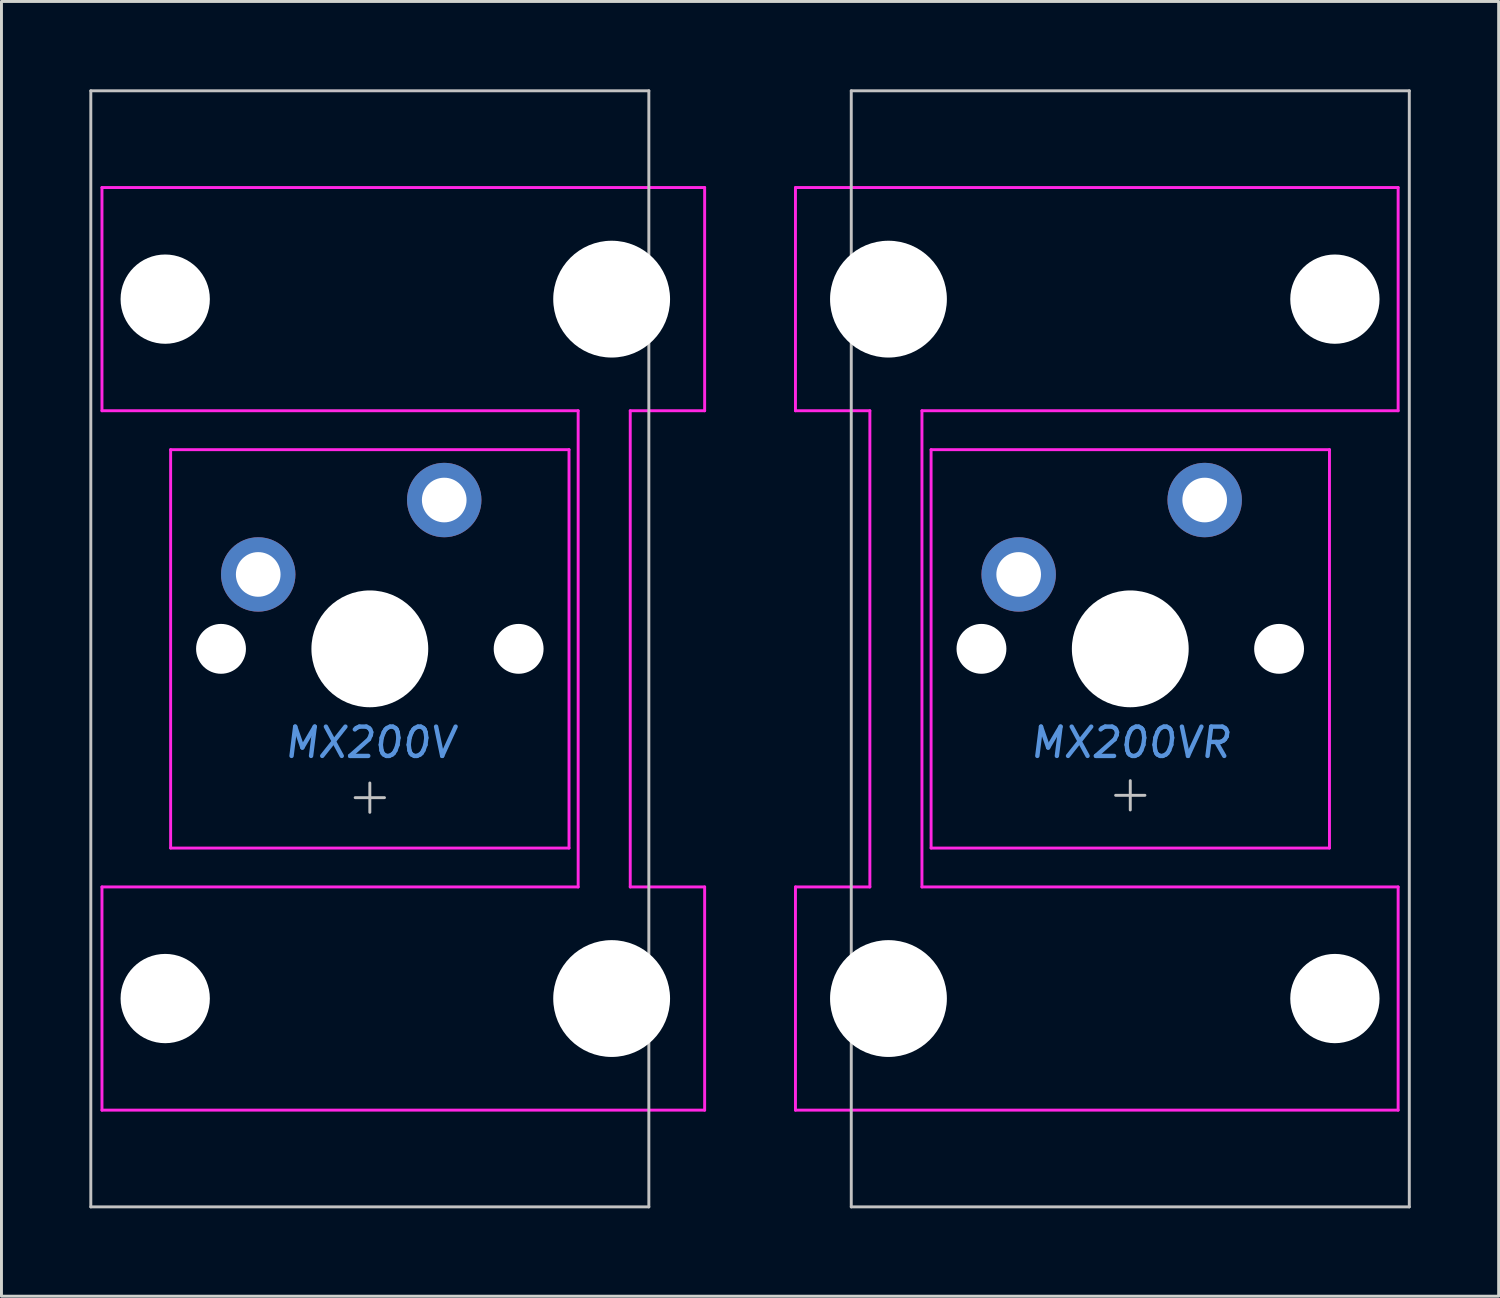
<source format=kicad_pcb>
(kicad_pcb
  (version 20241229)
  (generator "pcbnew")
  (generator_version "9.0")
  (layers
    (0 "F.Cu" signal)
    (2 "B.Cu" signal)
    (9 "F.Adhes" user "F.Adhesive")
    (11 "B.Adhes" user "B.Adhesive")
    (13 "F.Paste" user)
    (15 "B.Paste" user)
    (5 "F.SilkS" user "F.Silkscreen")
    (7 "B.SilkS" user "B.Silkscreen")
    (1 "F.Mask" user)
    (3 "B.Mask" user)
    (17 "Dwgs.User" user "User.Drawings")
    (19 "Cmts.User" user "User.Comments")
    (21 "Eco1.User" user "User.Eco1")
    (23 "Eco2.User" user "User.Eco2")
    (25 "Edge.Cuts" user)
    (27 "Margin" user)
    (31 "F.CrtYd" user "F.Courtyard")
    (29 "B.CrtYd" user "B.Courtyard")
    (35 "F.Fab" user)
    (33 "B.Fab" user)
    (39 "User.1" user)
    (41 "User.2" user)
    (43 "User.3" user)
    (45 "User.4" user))
  (footprint "MX200V"
    (layer "F.Cu")
    (at 9.575 19.1)
    (property "Reference" "MX200V" (at 0 3.2 0) (layer "Cmts.User") (effects (font (size 1 1) (thickness 0.15) (italic yes))))
    (attr through_hole)
    (fp_line (start -9.525 -19.05) (end -9.525 19.05) (stroke (width 0.1) (type solid)) (layer "Dwgs.User"))
    (fp_line (start -9.525 -19.05) (end 9.525 -19.05) (stroke (width 0.1) (type solid)) (layer "Dwgs.User"))
    (fp_line (start -9.525 19.05) (end 9.525 19.05) (stroke (width 0.1) (type solid)) (layer "Dwgs.User"))
    (fp_line (start 0 5.58) (end 0 4.58) (stroke (width 0.1) (type solid)) (layer "Dwgs.User"))
    (fp_line (start 0.5 5.08) (end -0.5 5.08) (stroke (width 0.1) (type solid)) (layer "Dwgs.User"))
    (fp_line (start 9.525 -19.05) (end 9.525 19.05) (stroke (width 0.1) (type solid)) (layer "Dwgs.User"))
    (fp_line (start -7 6.5) (end -7 -6.5) (stroke (width 0.1) (type solid)) (layer "Eco1.User"))
    (fp_line (start -6.5 -7) (end 6.5 -7) (stroke (width 0.1) (type solid)) (layer "Eco1.User"))
    (fp_line (start -5.985 -14.938) (end -5.985 -8.938) (stroke (width 0.1) (type solid)) (layer "Eco1.User"))
    (fp_line (start -5.985 8.938) (end -5.985 14.938) (stroke (width 0.1) (type solid)) (layer "Eco1.User"))
    (fp_line (start -5.485 -15.438) (end 8.515 -15.438) (stroke (width 0.1) (type solid)) (layer "Eco1.User"))
    (fp_line (start -5.485 8.438) (end 8.515 8.438) (stroke (width 0.1) (type solid)) (layer "Eco1.User"))
    (fp_line (start 6.5 7) (end -6.5 7) (stroke (width 0.1) (type solid)) (layer "Eco1.User"))
    (fp_line (start 7 -6.5) (end 7 6.5) (stroke (width 0.1) (type solid)) (layer "Eco1.User"))
    (fp_line (start 8.515 -8.438) (end -5.485 -8.438) (stroke (width 0.1) (type solid)) (layer "Eco1.User"))
    (fp_line (start 8.515 15.438) (end -5.485 15.438) (stroke (width 0.1) (type solid)) (layer "Eco1.User"))
    (fp_line (start 9.015 -8.938) (end 9.015 -14.938) (stroke (width 0.1) (type solid)) (layer "Eco1.User"))
    (fp_line (start 9.015 14.938) (end 9.015 8.938) (stroke (width 0.1) (type solid)) (layer "Eco1.User"))
    (fp_arc (start -7 -6.5) (mid -6.853553 -6.853553) (end -6.5 -7) (stroke (width 0.1) (type solid)) (layer "Eco1.User"))
    (fp_arc (start -6.5 7) (mid -6.853553 6.853553) (end -7 6.5) (stroke (width 0.1) (type solid)) (layer "Eco1.User"))
    (fp_arc (start -5.985 -14.938) (mid -5.838553 -15.291553) (end -5.485 -15.438) (stroke (width 0.1) (type solid)) (layer "Eco1.User"))
    (fp_arc (start -5.985 8.938) (mid -5.838553 8.584447) (end -5.485 8.438) (stroke (width 0.1) (type solid)) (layer "Eco1.User"))
    (fp_arc (start -5.485 -8.438) (mid -5.838553 -8.584447) (end -5.985 -8.938) (stroke (width 0.1) (type solid)) (layer "Eco1.User"))
    (fp_arc (start -5.485 15.438) (mid -5.838553 15.291553) (end -5.985 14.938) (stroke (width 0.1) (type solid)) (layer "Eco1.User"))
    (fp_arc (start 6.5 -7) (mid 6.853553 -6.853553) (end 7 -6.5) (stroke (width 0.1) (type solid)) (layer "Eco1.User"))
    (fp_arc (start 7 6.5) (mid 6.853553 6.853553) (end 6.5 7) (stroke (width 0.1) (type solid)) (layer "Eco1.User"))
    (fp_arc (start 8.515 -15.438) (mid 8.868553 -15.291553) (end 9.015 -14.938) (stroke (width 0.1) (type solid)) (layer "Eco1.User"))
    (fp_arc (start 8.515 8.438) (mid 8.868553 8.584447) (end 9.015 8.938) (stroke (width 0.1) (type solid)) (layer "Eco1.User"))
    (fp_arc (start 9.015 -8.938) (mid 8.868553 -8.584447) (end 8.515 -8.438) (stroke (width 0.1) (type solid)) (layer "Eco1.User"))
    (fp_arc (start 9.015 14.938) (mid 8.868553 15.291553) (end 8.515 15.438) (stroke (width 0.1) (type solid)) (layer "Eco1.User"))
    (fp_line (start -9.144 -15.748) (end -9.144 -8.128) (stroke (width 0.1) (type solid)) (layer "F.CrtYd"))
    (fp_line (start -9.144 -8.128) (end 7.112 -8.128) (stroke (width 0.1) (type solid)) (layer "F.CrtYd"))
    (fp_line (start -9.144 8.128) (end -9.144 15.748) (stroke (width 0.1) (type solid)) (layer "F.CrtYd"))
    (fp_line (start -9.144 8.128) (end 7.112 8.128) (stroke (width 0.1) (type solid)) (layer "F.CrtYd"))
    (fp_line (start -9.144 15.748) (end 11.43 15.748) (stroke (width 0.1) (type solid)) (layer "F.CrtYd"))
    (fp_line (start -6.8 -6.8) (end 6.8 -6.8) (stroke (width 0.1) (type solid)) (layer "F.CrtYd"))
    (fp_line (start -6.8 6.8) (end -6.8 -6.8) (stroke (width 0.1) (type solid)) (layer "F.CrtYd"))
    (fp_line (start -6.8 6.8) (end 6.8 6.8) (stroke (width 0.1) (type solid)) (layer "F.CrtYd"))
    (fp_line (start 6.8 6.8) (end 6.8 -6.8) (stroke (width 0.1) (type solid)) (layer "F.CrtYd"))
    (fp_line (start 7.112 -8.128) (end 7.112 8.128) (stroke (width 0.1) (type solid)) (layer "F.CrtYd"))
    (fp_line (start 8.89 -8.128) (end 8.89 8.128) (stroke (width 0.1) (type solid)) (layer "F.CrtYd"))
    (fp_line (start 11.43 -15.748) (end -9.144 -15.748) (stroke (width 0.1) (type solid)) (layer "F.CrtYd"))
    (fp_line (start 11.43 -8.128) (end 8.89 -8.128) (stroke (width 0.1) (type solid)) (layer "F.CrtYd"))
    (fp_line (start 11.43 -8.128) (end 11.43 -15.748) (stroke (width 0.1) (type solid)) (layer "F.CrtYd"))
    (fp_line (start 11.43 8.128) (end 8.89 8.128) (stroke (width 0.1) (type solid)) (layer "F.CrtYd"))
    (fp_line (start 11.43 15.748) (end 11.43 8.128) (stroke (width 0.1) (type solid)) (layer "F.CrtYd"))
    (pad "" np_thru_hole circle (at -6.985 -11.938 90) (size 3.048 3.048) (drill 3.048) (layers "*.Cu" "*.Mask"))
    (pad "" np_thru_hole circle (at -6.985 11.938 90) (size 3.048 3.048) (drill 3.048) (layers "*.Cu" "*.Mask"))
    (pad "" np_thru_hole circle (at -5.08 0) (size 1.702 1.702) (drill 1.702) (layers "*.Cu" "*.Mask"))
    (pad "" np_thru_hole circle (at 0 0) (size 3.988 3.988) (drill 3.988) (layers "*.Cu" "*.Mask"))
    (pad "" np_thru_hole circle (at 5.08 0) (size 1.702 1.702) (drill 1.702) (layers "*.Cu" "*.Mask"))
    (pad "" np_thru_hole circle (at 8.255 -11.938 90) (size 3.988 3.988) (drill 3.988) (layers "*.Cu" "*.Mask"))
    (pad "" np_thru_hole circle (at 8.255 11.938 90) (size 3.988 3.988) (drill 3.988) (layers "*.Cu" "*.Mask"))
    (pad "1" thru_hole circle (at 2.54 -5.08) (size 2.54 2.54) (drill 1.524) (layers "*.Cu" "*.Mask"))
    (pad "2" thru_hole circle (at -3.81 -2.54) (size 2.54 2.54) (drill 1.524) (layers "*.Cu" "*.Mask")))
  (footprint "MX200VR"
    (layer "F.Cu")
    (at 35.535 19.1)
    (property "Reference" "MX200VR" (at 0 3.2 0) (layer "Cmts.User") (effects (font (size 1 1) (thickness 0.15) (italic yes))))
    (attr through_hole)
    (fp_line (start -9.525 -19.05) (end -9.525 19.05) (stroke (width 0.1) (type solid)) (layer "Dwgs.User"))
    (fp_line (start -9.525 -19.05) (end 9.525 -19.05) (stroke (width 0.1) (type solid)) (layer "Dwgs.User"))
    (fp_line (start -9.525 19.05) (end 9.525 19.05) (stroke (width 0.1) (type solid)) (layer "Dwgs.User"))
    (fp_line (start 0 5.5) (end 0 4.5) (stroke (width 0.1) (type solid)) (layer "Dwgs.User"))
    (fp_line (start 0.5 5) (end -0.5 5) (stroke (width 0.1) (type solid)) (layer "Dwgs.User"))
    (fp_line (start 9.525 -19.05) (end 9.525 19.05) (stroke (width 0.1) (type solid)) (layer "Dwgs.User"))
    (fp_line (start -9.015 -14.938) (end -9.015 -8.938) (stroke (width 0.1) (type solid)) (layer "Eco1.User"))
    (fp_line (start -9.015 8.938) (end -9.015 14.938) (stroke (width 0.1) (type solid)) (layer "Eco1.User"))
    (fp_line (start -8.515 -15.438) (end 5.485 -15.438) (stroke (width 0.1) (type solid)) (layer "Eco1.User"))
    (fp_line (start -8.515 8.438) (end 5.485 8.438) (stroke (width 0.1) (type solid)) (layer "Eco1.User"))
    (fp_line (start -7 6.5) (end -7 -6.5) (stroke (width 0.1) (type solid)) (layer "Eco1.User"))
    (fp_line (start -6.5 -7) (end 6.5 -7) (stroke (width 0.1) (type solid)) (layer "Eco1.User"))
    (fp_line (start 5.485 -8.438) (end -8.515 -8.438) (stroke (width 0.1) (type solid)) (layer "Eco1.User"))
    (fp_line (start 5.485 15.438) (end -8.515 15.438) (stroke (width 0.1) (type solid)) (layer "Eco1.User"))
    (fp_line (start 5.985 -8.938) (end 5.985 -14.938) (stroke (width 0.1) (type solid)) (layer "Eco1.User"))
    (fp_line (start 5.985 14.938) (end 5.985 8.938) (stroke (width 0.1) (type solid)) (layer "Eco1.User"))
    (fp_line (start 6.5 7) (end -6.5 7) (stroke (width 0.1) (type solid)) (layer "Eco1.User"))
    (fp_line (start 7 -6.5) (end 7 6.5) (stroke (width 0.1) (type solid)) (layer "Eco1.User"))
    (fp_arc (start -9.015 -14.938) (mid -8.868553 -15.291553) (end -8.515 -15.438) (stroke (width 0.1) (type solid)) (layer "Eco1.User"))
    (fp_arc (start -9.015 8.938) (mid -8.868553 8.584447) (end -8.515 8.438) (stroke (width 0.1) (type solid)) (layer "Eco1.User"))
    (fp_arc (start -8.515 -8.438) (mid -8.868553 -8.584447) (end -9.015 -8.938) (stroke (width 0.1) (type solid)) (layer "Eco1.User"))
    (fp_arc (start -8.515 15.438) (mid -8.868553 15.291553) (end -9.015 14.938) (stroke (width 0.1) (type solid)) (layer "Eco1.User"))
    (fp_arc (start -7 -6.5) (mid -6.853553 -6.853553) (end -6.5 -7) (stroke (width 0.1) (type solid)) (layer "Eco1.User"))
    (fp_arc (start -6.5 7) (mid -6.853553 6.853553) (end -7 6.5) (stroke (width 0.1) (type solid)) (layer "Eco1.User"))
    (fp_arc (start 5.485 -15.438) (mid 5.838553 -15.291553) (end 5.985 -14.938) (stroke (width 0.1) (type solid)) (layer "Eco1.User"))
    (fp_arc (start 5.485 8.438) (mid 5.838553 8.584447) (end 5.985 8.938) (stroke (width 0.1) (type solid)) (layer "Eco1.User"))
    (fp_arc (start 5.985 -8.938) (mid 5.838553 -8.584447) (end 5.485 -8.438) (stroke (width 0.1) (type solid)) (layer "Eco1.User"))
    (fp_arc (start 5.985 14.938) (mid 5.838553 15.291553) (end 5.485 15.438) (stroke (width 0.1) (type solid)) (layer "Eco1.User"))
    (fp_arc (start 6.5 -7) (mid 6.853553 -6.853553) (end 7 -6.5) (stroke (width 0.1) (type solid)) (layer "Eco1.User"))
    (fp_arc (start 7 6.5) (mid 6.853553 6.853553) (end 6.5 7) (stroke (width 0.1) (type solid)) (layer "Eco1.User"))
    (fp_line (start -11.43 -15.748) (end -11.43 -8.128) (stroke (width 0.1) (type solid)) (layer "F.CrtYd"))
    (fp_line (start -11.43 -8.128) (end -8.89 -8.128) (stroke (width 0.1) (type solid)) (layer "F.CrtYd"))
    (fp_line (start -11.43 8.128) (end -11.43 15.748) (stroke (width 0.1) (type solid)) (layer "F.CrtYd"))
    (fp_line (start -11.43 8.128) (end -8.89 8.128) (stroke (width 0.1) (type solid)) (layer "F.CrtYd"))
    (fp_line (start -11.43 15.748) (end 9.144 15.748) (stroke (width 0.1) (type solid)) (layer "F.CrtYd"))
    (fp_line (start -8.89 8.128) (end -8.89 -8.128) (stroke (width 0.1) (type solid)) (layer "F.CrtYd"))
    (fp_line (start -7.112 8.128) (end -7.112 -8.128) (stroke (width 0.1) (type solid)) (layer "F.CrtYd"))
    (fp_line (start -6.8 -6.8) (end 6.8 -6.8) (stroke (width 0.1) (type solid)) (layer "F.CrtYd"))
    (fp_line (start -6.8 6.8) (end -6.8 -6.8) (stroke (width 0.1) (type solid)) (layer "F.CrtYd"))
    (fp_line (start -6.8 6.8) (end 6.8 6.8) (stroke (width 0.1) (type solid)) (layer "F.CrtYd"))
    (fp_line (start 6.8 6.8) (end 6.8 -6.8) (stroke (width 0.1) (type solid)) (layer "F.CrtYd"))
    (fp_line (start 9.144 -15.748) (end -11.43 -15.748) (stroke (width 0.1) (type solid)) (layer "F.CrtYd"))
    (fp_line (start 9.144 -8.128) (end -7.112 -8.128) (stroke (width 0.1) (type solid)) (layer "F.CrtYd"))
    (fp_line (start 9.144 -8.128) (end 9.144 -15.748) (stroke (width 0.1) (type solid)) (layer "F.CrtYd"))
    (fp_line (start 9.144 8.128) (end -7.112 8.128) (stroke (width 0.1) (type solid)) (layer "F.CrtYd"))
    (fp_line (start 9.144 15.748) (end 9.144 8.128) (stroke (width 0.1) (type solid)) (layer "F.CrtYd"))
    (pad "" np_thru_hole circle (at -8.255 -11.938 270) (size 3.988 3.988) (drill 3.988) (layers "*.Cu" "*.Mask"))
    (pad "" np_thru_hole circle (at -8.255 11.938 270) (size 3.988 3.988) (drill 3.988) (layers "*.Cu" "*.Mask"))
    (pad "" np_thru_hole circle (at -5.08 0) (size 1.702 1.702) (drill 1.702) (layers "*.Cu" "*.Mask"))
    (pad "" np_thru_hole circle (at 0 0 180) (size 3.988 3.988) (drill 3.988) (layers "*.Cu" "*.Mask"))
    (pad "" np_thru_hole circle (at 5.08 0) (size 1.702 1.702) (drill 1.702) (layers "*.Cu" "*.Mask"))
    (pad "" np_thru_hole circle (at 6.985 -11.938 270) (size 3.048 3.048) (drill 3.048) (layers "*.Cu" "*.Mask"))
    (pad "" np_thru_hole circle (at 6.985 11.938 270) (size 3.048 3.048) (drill 3.048) (layers "*.Cu" "*.Mask"))
    (pad "1" thru_hole circle (at 2.54 -5.08) (size 2.54 2.54) (drill 1.524) (layers "*.Cu" "*.Mask"))
    (pad "2" thru_hole circle (at -3.81 -2.54) (size 2.54 2.54) (drill 1.524) (layers "*.Cu" "*.Mask")))
  (gr_rect
    (start -3 -3)
    (end 48.11 41.2)
    (stroke (width 0.1) (type default))
    (fill no)
    (layer "Edge.Cuts")))
</source>
